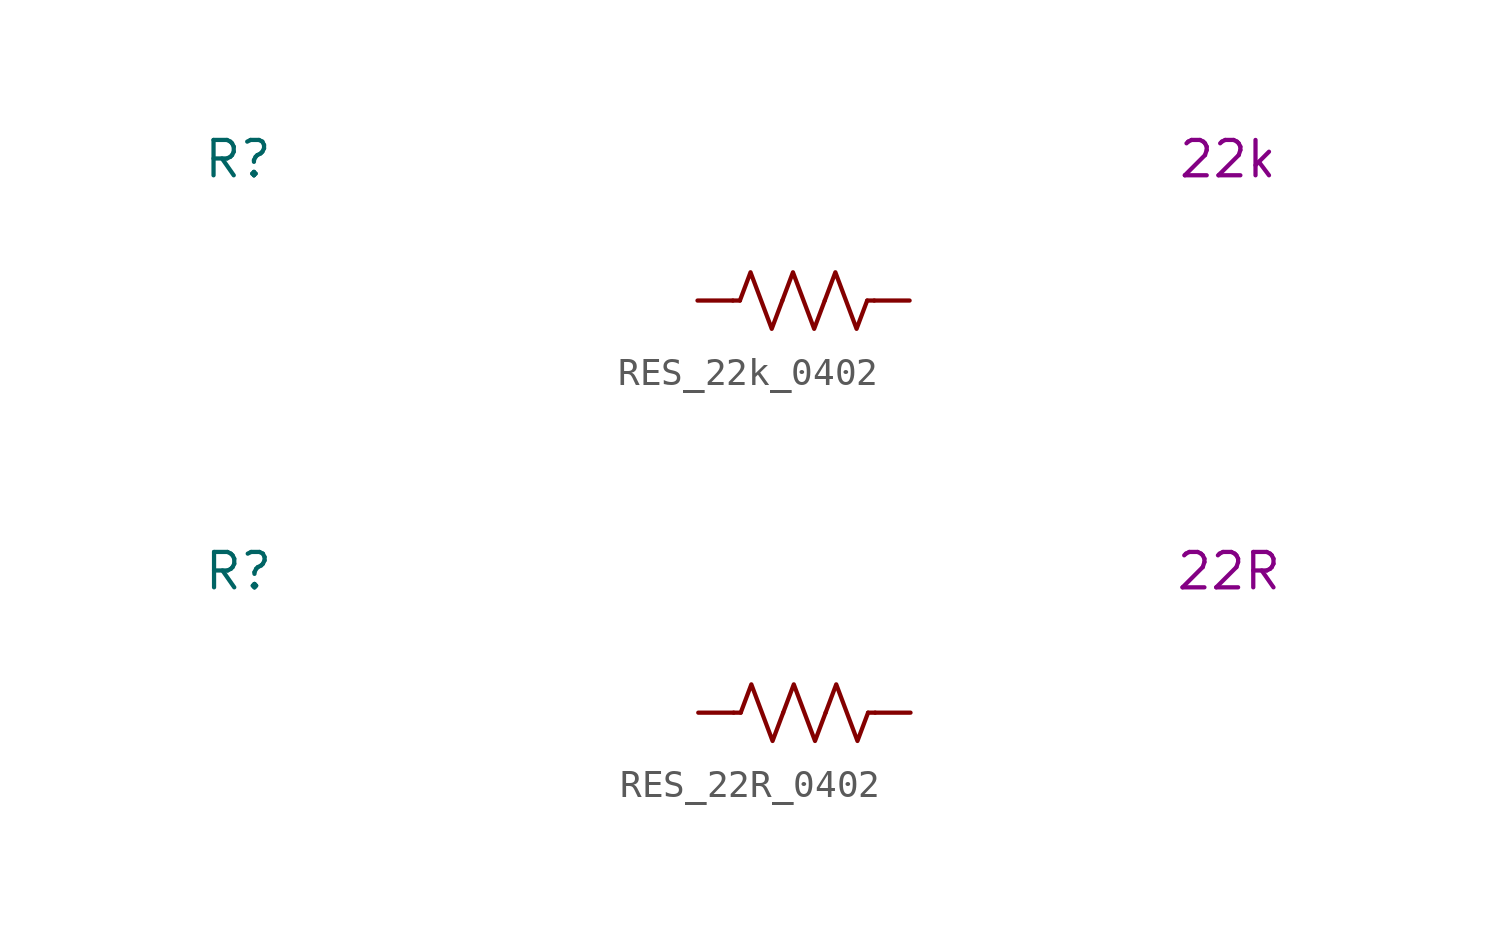
<source format=kicad_sym>
(kicad_symbol_lib
  (version 20231120)
  (generator "kicad_symbol_editor")
  (generator_version "8.0")
  (symbol "RES_22k_0402"
    (pin_numbers hide)
    (property "Reference" "R"
      (at -20.32 5.08 0)
      (effects (font (size 1.27 1.27))))
    (property "Display Value" "22k"
      (at 15.24 5.08 0)
      (effects (font (size 1.27 1.27))))
    (symbol "RES_22k_0402_0_1"
      (polyline (pts (xy -2.286 0) (xy -2.54 0)) (stroke (width 0) (type default)) (fill (type none)))
      (polyline (pts (xy 2.286 0) (xy 2.54 0)) (stroke (width 0) (type default)) (fill (type none)))
      (polyline (pts (xy -2.286 0) (xy -1.905 1.016) (xy -1.524 0) (xy -1.143 -1.016) (xy -0.762 0)) (stroke (width 0) (type default)) (fill (type none)))
      (polyline (pts (xy -0.762 0) (xy -0.381 1.016) (xy 0 0) (xy 0.381 -1.016) (xy 0.762 0)) (stroke (width 0) (type default)) (fill (type none)))
      (polyline (pts (xy 0.762 0) (xy 1.143 1.016) (xy 1.524 0) (xy 1.905 -1.016) (xy 2.286 0)) (stroke (width 0) (type default)) (fill (type none))))
    (symbol "RES_22k_0402_1_1"
      (pin passive line (at -3.81 0 0) (length 1.27) (name "~" (effects (font (size 1.27 1.27)))) (number "1" (effects (font (size 1.27 1.27)))))
      (pin passive line (at 3.81 0 180) (length 1.27) (name "~" (effects (font (size 1.27 1.27)))) (number "2" (effects (font (size 1.27 1.27)))))))
  (symbol "RES_22R_0402"
    (pin_numbers hide)
    (property "Reference" "R"
      (at -20.32 5.08 0)
      (effects (font (size 1.27 1.27))))
    (property "Display Value" "22R"
      (at 15.24 5.08 0)
      (effects (font (size 1.27 1.27))))
    (symbol "RES_22R_0402_0_1"
      (polyline (pts (xy -2.286 0) (xy -2.54 0)) (stroke (width 0) (type default)) (fill (type none)))
      (polyline (pts (xy 2.286 0) (xy 2.54 0)) (stroke (width 0) (type default)) (fill (type none)))
      (polyline (pts (xy -2.286 0) (xy -1.905 1.016) (xy -1.524 0) (xy -1.143 -1.016) (xy -0.762 0)) (stroke (width 0) (type default)) (fill (type none)))
      (polyline (pts (xy -0.762 0) (xy -0.381 1.016) (xy 0 0) (xy 0.381 -1.016) (xy 0.762 0)) (stroke (width 0) (type default)) (fill (type none)))
      (polyline (pts (xy 0.762 0) (xy 1.143 1.016) (xy 1.524 0) (xy 1.905 -1.016) (xy 2.286 0)) (stroke (width 0) (type default)) (fill (type none))))
    (symbol "RES_22R_0402_1_1"
      (pin passive line (at -3.81 0 0) (length 1.27) (name "~" (effects (font (size 1.27 1.27)))) (number "1" (effects (font (size 1.27 1.27)))))
      (pin passive line (at 3.81 0 180) (length 1.27) (name "~" (effects (font (size 1.27 1.27)))) (number "2" (effects (font (size 1.27 1.27))))))))
</source>
